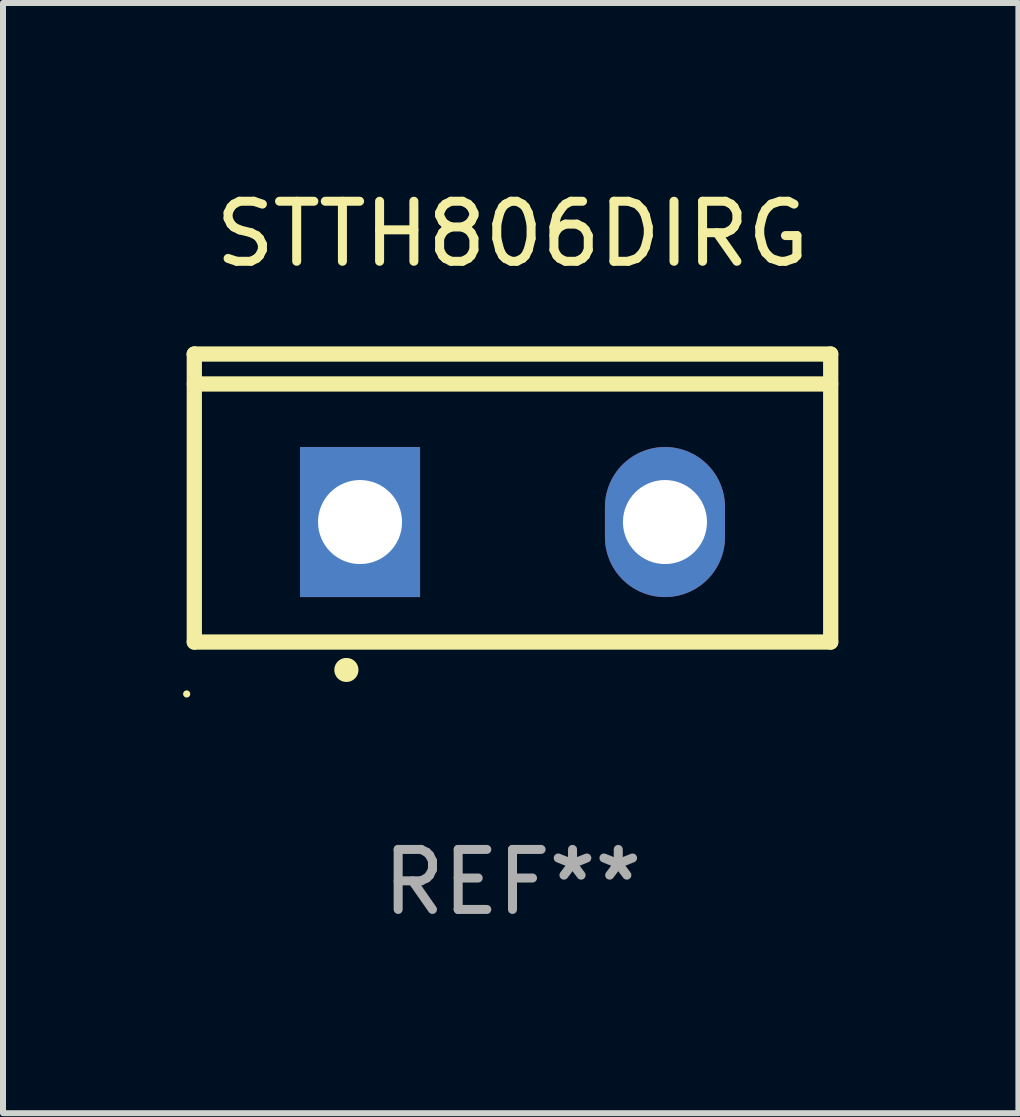
<source format=kicad_pcb>
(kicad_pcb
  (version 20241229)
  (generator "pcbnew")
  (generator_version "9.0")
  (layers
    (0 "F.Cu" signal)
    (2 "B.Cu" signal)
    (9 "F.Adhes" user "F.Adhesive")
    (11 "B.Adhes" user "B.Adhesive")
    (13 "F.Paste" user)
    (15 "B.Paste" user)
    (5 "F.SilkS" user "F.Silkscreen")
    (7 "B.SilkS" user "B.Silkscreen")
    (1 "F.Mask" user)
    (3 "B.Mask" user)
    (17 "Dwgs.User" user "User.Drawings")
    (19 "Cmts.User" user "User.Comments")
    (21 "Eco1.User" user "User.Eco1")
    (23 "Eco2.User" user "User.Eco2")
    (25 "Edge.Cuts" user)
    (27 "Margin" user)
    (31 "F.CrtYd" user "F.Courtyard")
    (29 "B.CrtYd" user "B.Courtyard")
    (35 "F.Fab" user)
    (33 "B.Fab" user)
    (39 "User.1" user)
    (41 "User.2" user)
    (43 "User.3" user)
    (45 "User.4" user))
  (footprint "STTH806DIRG"
    (layer "F.Cu")
    (at 5.488 5.247)
    (property "Reference" "STTH806DIRG" (at 0 -4.399 0) (layer "F.SilkS") (effects (font (size 1 1) (thickness 0.15))))
    (attr through_hole)
    (fp_line (start -5.301 -2.399) (end 5.301 -2.399) (stroke (width 0.254) (type solid)) (layer "F.SilkS"))
    (fp_line (start -5.301 -2.394) (end -5.301 -2.399) (stroke (width 0.254) (type solid)) (layer "F.SilkS"))
    (fp_line (start -5.301 2.399) (end -5.301 -2.394) (stroke (width 0.254) (type solid)) (layer "F.SilkS"))
    (fp_line (start 5.3 -1.9) (end -5.3 -1.9) (stroke (width 0.254) (type solid)) (layer "F.SilkS"))
    (fp_line (start 5.301 -2.399) (end 5.301 2.399) (stroke (width 0.254) (type solid)) (layer "F.SilkS"))
    (fp_line (start 5.301 2.399) (end -5.301 2.399) (stroke (width 0.254) (type solid)) (layer "F.SilkS"))
    (fp_arc (start -2.768606 2.863843) (mid -2.767336 2.863839) (end -2.766066 2.863843) (stroke (width 0.4) (type solid)) (layer "F.SilkS"))
    (fp_circle (center -5.428 3.264) (end -5.398 3.264) (stroke (width 0.06) (type solid)) (fill no) (layer "F.SilkS"))
    (fp_text user "REF**" (at 0 6.399 0) (layer "F.Fab") (effects (font (size 1 1) (thickness 0.15))))
    (pad "1" thru_hole rect (at -2.54 0.4) (size 2 2.5) (drill 1.4) (layers "*.Cu" "*.Mask"))
    (pad "2" thru_hole oval (at 2.54 0.4) (size 2 2.5) (drill 1.4) (layers "*.Cu" "*.Mask")))
  (gr_rect
    (start -3 -3)
    (end 13.916 15.495)
    (stroke (width 0.1) (type default))
    (fill no)
    (layer "Edge.Cuts")))
</source>
